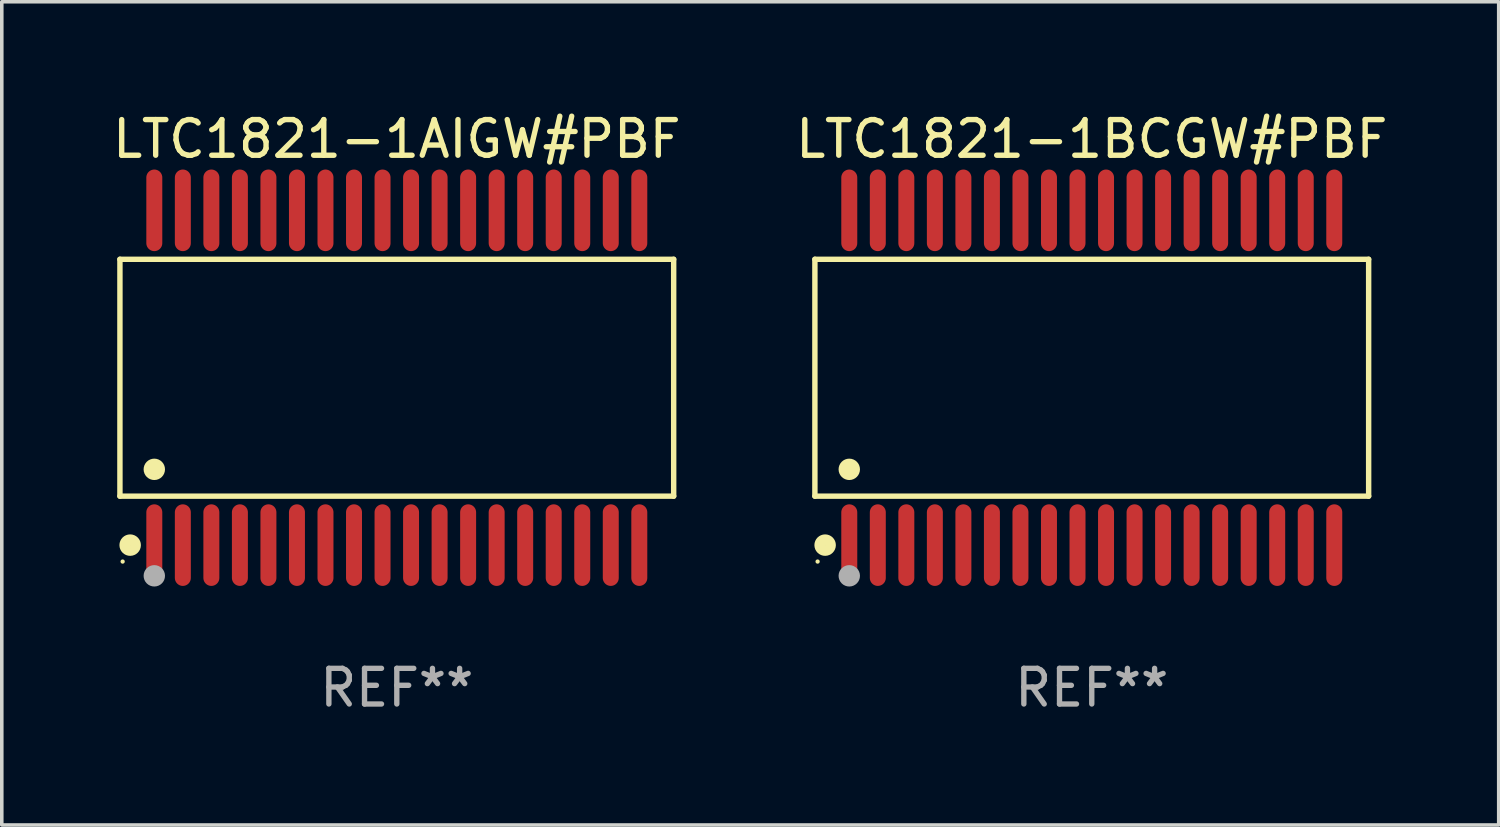
<source format=kicad_pcb>
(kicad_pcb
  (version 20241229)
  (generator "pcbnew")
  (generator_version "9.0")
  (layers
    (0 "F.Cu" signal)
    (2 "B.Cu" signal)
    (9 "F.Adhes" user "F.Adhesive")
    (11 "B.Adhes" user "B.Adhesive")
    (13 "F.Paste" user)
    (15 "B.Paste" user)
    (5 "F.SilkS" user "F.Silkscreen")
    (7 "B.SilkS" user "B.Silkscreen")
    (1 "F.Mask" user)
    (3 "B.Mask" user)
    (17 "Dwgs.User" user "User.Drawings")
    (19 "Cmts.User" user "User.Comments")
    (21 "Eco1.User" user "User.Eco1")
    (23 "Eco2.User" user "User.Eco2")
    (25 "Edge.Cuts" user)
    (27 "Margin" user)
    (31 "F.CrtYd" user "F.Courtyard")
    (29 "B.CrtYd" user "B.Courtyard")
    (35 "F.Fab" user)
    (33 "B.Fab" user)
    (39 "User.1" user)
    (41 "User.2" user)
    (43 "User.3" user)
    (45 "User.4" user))
  (footprint "LTC1821-1AIGW#PBF"
    (layer "F.Cu")
    (at 8.077 7.542)
    (property "Reference" "LTC1821-1AIGW#PBF" (at 0 -6.694 0) (layer "F.SilkS") (effects (font (size 1 1) (thickness 0.15))))
    (attr through_hole)
    (fp_line (start -7.764 -3.321) (end 7.764 -3.321) (stroke (width 0.152) (type solid)) (layer "F.SilkS"))
    (fp_line (start -7.764 3.321) (end -7.764 -3.321) (stroke (width 0.152) (type solid)) (layer "F.SilkS"))
    (fp_line (start 7.764 -3.321) (end 7.764 3.321) (stroke (width 0.152) (type solid)) (layer "F.SilkS"))
    (fp_line (start 7.764 3.321) (end -7.764 3.321) (stroke (width 0.152) (type solid)) (layer "F.SilkS"))
    (fp_circle (center -7.688 5.155) (end -7.658 5.155) (stroke (width 0.06) (type solid)) (fill no) (layer "F.SilkS"))
    (fp_circle (center -7.477 4.694) (end -7.326 4.694) (stroke (width 0.3) (type solid)) (fill no) (layer "F.SilkS"))
    (fp_circle (center -6.8 2.569) (end -6.65 2.569) (stroke (width 0.3) (type solid)) (fill no) (layer "F.SilkS"))
    (fp_circle (center -6.8 5.555) (end -6.65 5.555) (stroke (width 0.3) (type solid)) (fill no) (layer "F.Fab"))
    (fp_text user "REF**" (at 0 8.694 0) (layer "F.Fab") (effects (font (size 1 1) (thickness 0.15))))
    (pad "1" smd oval (at -6.8 4.694) (size 0.448 2.288) (layers "F.Cu" "F.Mask" "F.Paste"))
    (pad "2" smd oval (at -6 4.694) (size 0.448 2.288) (layers "F.Cu" "F.Mask" "F.Paste"))
    (pad "3" smd oval (at -5.2 4.694) (size 0.448 2.288) (layers "F.Cu" "F.Mask" "F.Paste"))
    (pad "4" smd oval (at -4.4 4.694) (size 0.448 2.288) (layers "F.Cu" "F.Mask" "F.Paste"))
    (pad "5" smd oval (at -3.6 4.694) (size 0.448 2.288) (layers "F.Cu" "F.Mask" "F.Paste"))
    (pad "6" smd oval (at -2.8 4.694) (size 0.448 2.288) (layers "F.Cu" "F.Mask" "F.Paste"))
    (pad "7" smd oval (at -2 4.694) (size 0.448 2.288) (layers "F.Cu" "F.Mask" "F.Paste"))
    (pad "8" smd oval (at -1.2 4.694) (size 0.448 2.288) (layers "F.Cu" "F.Mask" "F.Paste"))
    (pad "9" smd oval (at -0.4 4.694) (size 0.448 2.288) (layers "F.Cu" "F.Mask" "F.Paste"))
    (pad "10" smd oval (at 0.4 4.694) (size 0.448 2.288) (layers "F.Cu" "F.Mask" "F.Paste"))
    (pad "11" smd oval (at 1.2 4.694) (size 0.448 2.288) (layers "F.Cu" "F.Mask" "F.Paste"))
    (pad "12" smd oval (at 2 4.694) (size 0.448 2.288) (layers "F.Cu" "F.Mask" "F.Paste"))
    (pad "13" smd oval (at 2.8 4.694) (size 0.448 2.288) (layers "F.Cu" "F.Mask" "F.Paste"))
    (pad "14" smd oval (at 3.6 4.694) (size 0.448 2.288) (layers "F.Cu" "F.Mask" "F.Paste"))
    (pad "15" smd oval (at 4.4 4.694) (size 0.448 2.288) (layers "F.Cu" "F.Mask" "F.Paste"))
    (pad "16" smd oval (at 5.2 4.694) (size 0.448 2.288) (layers "F.Cu" "F.Mask" "F.Paste"))
    (pad "17" smd oval (at 6 4.694) (size 0.448 2.288) (layers "F.Cu" "F.Mask" "F.Paste"))
    (pad "18" smd oval (at 6.8 4.694) (size 0.448 2.288) (layers "F.Cu" "F.Mask" "F.Paste"))
    (pad "19" smd oval (at 6.8 -4.694) (size 0.448 2.288) (layers "F.Cu" "F.Mask" "F.Paste"))
    (pad "20" smd oval (at 6 -4.694) (size 0.448 2.288) (layers "F.Cu" "F.Mask" "F.Paste"))
    (pad "21" smd oval (at 5.2 -4.694) (size 0.448 2.288) (layers "F.Cu" "F.Mask" "F.Paste"))
    (pad "22" smd oval (at 4.4 -4.694) (size 0.448 2.288) (layers "F.Cu" "F.Mask" "F.Paste"))
    (pad "23" smd oval (at 3.6 -4.694) (size 0.448 2.288) (layers "F.Cu" "F.Mask" "F.Paste"))
    (pad "24" smd oval (at 2.8 -4.694) (size 0.448 2.288) (layers "F.Cu" "F.Mask" "F.Paste"))
    (pad "25" smd oval (at 2 -4.694) (size 0.448 2.288) (layers "F.Cu" "F.Mask" "F.Paste"))
    (pad "26" smd oval (at 1.2 -4.694) (size 0.448 2.288) (layers "F.Cu" "F.Mask" "F.Paste"))
    (pad "27" smd oval (at 0.4 -4.694) (size 0.448 2.288) (layers "F.Cu" "F.Mask" "F.Paste"))
    (pad "28" smd oval (at -0.4 -4.694) (size 0.448 2.288) (layers "F.Cu" "F.Mask" "F.Paste"))
    (pad "29" smd oval (at -1.2 -4.694) (size 0.448 2.288) (layers "F.Cu" "F.Mask" "F.Paste"))
    (pad "30" smd oval (at -2 -4.694) (size 0.448 2.288) (layers "F.Cu" "F.Mask" "F.Paste"))
    (pad "31" smd oval (at -2.8 -4.694) (size 0.448 2.288) (layers "F.Cu" "F.Mask" "F.Paste"))
    (pad "32" smd oval (at -3.6 -4.694) (size 0.448 2.288) (layers "F.Cu" "F.Mask" "F.Paste"))
    (pad "33" smd oval (at -4.4 -4.694) (size 0.448 2.288) (layers "F.Cu" "F.Mask" "F.Paste"))
    (pad "34" smd oval (at -5.2 -4.694) (size 0.448 2.288) (layers "F.Cu" "F.Mask" "F.Paste"))
    (pad "35" smd oval (at -6 -4.694) (size 0.448 2.288) (layers "F.Cu" "F.Mask" "F.Paste"))
    (pad "36" smd oval (at -6.8 -4.694) (size 0.448 2.288) (layers "F.Cu" "F.Mask" "F.Paste")))
  (footprint "LTC1821-1BCGW#PBF"
    (layer "F.Cu")
    (at 27.565 7.542)
    (property "Reference" "LTC1821-1BCGW#PBF" (at 0 -6.694 0) (layer "F.SilkS") (effects (font (size 1 1) (thickness 0.15))))
    (attr through_hole)
    (fp_line (start -7.764 -3.321) (end 7.764 -3.321) (stroke (width 0.152) (type solid)) (layer "F.SilkS"))
    (fp_line (start -7.764 3.321) (end -7.764 -3.321) (stroke (width 0.152) (type solid)) (layer "F.SilkS"))
    (fp_line (start 7.764 -3.321) (end 7.764 3.321) (stroke (width 0.152) (type solid)) (layer "F.SilkS"))
    (fp_line (start 7.764 3.321) (end -7.764 3.321) (stroke (width 0.152) (type solid)) (layer "F.SilkS"))
    (fp_circle (center -7.688 5.155) (end -7.658 5.155) (stroke (width 0.06) (type solid)) (fill no) (layer "F.SilkS"))
    (fp_circle (center -7.477 4.694) (end -7.326 4.694) (stroke (width 0.3) (type solid)) (fill no) (layer "F.SilkS"))
    (fp_circle (center -6.8 2.569) (end -6.65 2.569) (stroke (width 0.3) (type solid)) (fill no) (layer "F.SilkS"))
    (fp_circle (center -6.8 5.555) (end -6.65 5.555) (stroke (width 0.3) (type solid)) (fill no) (layer "F.Fab"))
    (fp_text user "REF**" (at 0 8.694 0) (layer "F.Fab") (effects (font (size 1 1) (thickness 0.15))))
    (pad "1" smd oval (at -6.8 4.694) (size 0.448 2.288) (layers "F.Cu" "F.Mask" "F.Paste"))
    (pad "2" smd oval (at -6 4.694) (size 0.448 2.288) (layers "F.Cu" "F.Mask" "F.Paste"))
    (pad "3" smd oval (at -5.2 4.694) (size 0.448 2.288) (layers "F.Cu" "F.Mask" "F.Paste"))
    (pad "4" smd oval (at -4.4 4.694) (size 0.448 2.288) (layers "F.Cu" "F.Mask" "F.Paste"))
    (pad "5" smd oval (at -3.6 4.694) (size 0.448 2.288) (layers "F.Cu" "F.Mask" "F.Paste"))
    (pad "6" smd oval (at -2.8 4.694) (size 0.448 2.288) (layers "F.Cu" "F.Mask" "F.Paste"))
    (pad "7" smd oval (at -2 4.694) (size 0.448 2.288) (layers "F.Cu" "F.Mask" "F.Paste"))
    (pad "8" smd oval (at -1.2 4.694) (size 0.448 2.288) (layers "F.Cu" "F.Mask" "F.Paste"))
    (pad "9" smd oval (at -0.4 4.694) (size 0.448 2.288) (layers "F.Cu" "F.Mask" "F.Paste"))
    (pad "10" smd oval (at 0.4 4.694) (size 0.448 2.288) (layers "F.Cu" "F.Mask" "F.Paste"))
    (pad "11" smd oval (at 1.2 4.694) (size 0.448 2.288) (layers "F.Cu" "F.Mask" "F.Paste"))
    (pad "12" smd oval (at 2 4.694) (size 0.448 2.288) (layers "F.Cu" "F.Mask" "F.Paste"))
    (pad "13" smd oval (at 2.8 4.694) (size 0.448 2.288) (layers "F.Cu" "F.Mask" "F.Paste"))
    (pad "14" smd oval (at 3.6 4.694) (size 0.448 2.288) (layers "F.Cu" "F.Mask" "F.Paste"))
    (pad "15" smd oval (at 4.4 4.694) (size 0.448 2.288) (layers "F.Cu" "F.Mask" "F.Paste"))
    (pad "16" smd oval (at 5.2 4.694) (size 0.448 2.288) (layers "F.Cu" "F.Mask" "F.Paste"))
    (pad "17" smd oval (at 6 4.694) (size 0.448 2.288) (layers "F.Cu" "F.Mask" "F.Paste"))
    (pad "18" smd oval (at 6.8 4.694) (size 0.448 2.288) (layers "F.Cu" "F.Mask" "F.Paste"))
    (pad "19" smd oval (at 6.8 -4.694) (size 0.448 2.288) (layers "F.Cu" "F.Mask" "F.Paste"))
    (pad "20" smd oval (at 6 -4.694) (size 0.448 2.288) (layers "F.Cu" "F.Mask" "F.Paste"))
    (pad "21" smd oval (at 5.2 -4.694) (size 0.448 2.288) (layers "F.Cu" "F.Mask" "F.Paste"))
    (pad "22" smd oval (at 4.4 -4.694) (size 0.448 2.288) (layers "F.Cu" "F.Mask" "F.Paste"))
    (pad "23" smd oval (at 3.6 -4.694) (size 0.448 2.288) (layers "F.Cu" "F.Mask" "F.Paste"))
    (pad "24" smd oval (at 2.8 -4.694) (size 0.448 2.288) (layers "F.Cu" "F.Mask" "F.Paste"))
    (pad "25" smd oval (at 2 -4.694) (size 0.448 2.288) (layers "F.Cu" "F.Mask" "F.Paste"))
    (pad "26" smd oval (at 1.2 -4.694) (size 0.448 2.288) (layers "F.Cu" "F.Mask" "F.Paste"))
    (pad "27" smd oval (at 0.4 -4.694) (size 0.448 2.288) (layers "F.Cu" "F.Mask" "F.Paste"))
    (pad "28" smd oval (at -0.4 -4.694) (size 0.448 2.288) (layers "F.Cu" "F.Mask" "F.Paste"))
    (pad "29" smd oval (at -1.2 -4.694) (size 0.448 2.288) (layers "F.Cu" "F.Mask" "F.Paste"))
    (pad "30" smd oval (at -2 -4.694) (size 0.448 2.288) (layers "F.Cu" "F.Mask" "F.Paste"))
    (pad "31" smd oval (at -2.8 -4.694) (size 0.448 2.288) (layers "F.Cu" "F.Mask" "F.Paste"))
    (pad "32" smd oval (at -3.6 -4.694) (size 0.448 2.288) (layers "F.Cu" "F.Mask" "F.Paste"))
    (pad "33" smd oval (at -4.4 -4.694) (size 0.448 2.288) (layers "F.Cu" "F.Mask" "F.Paste"))
    (pad "34" smd oval (at -5.2 -4.694) (size 0.448 2.288) (layers "F.Cu" "F.Mask" "F.Paste"))
    (pad "35" smd oval (at -6 -4.694) (size 0.448 2.288) (layers "F.Cu" "F.Mask" "F.Paste"))
    (pad "36" smd oval (at -6.8 -4.694) (size 0.448 2.288) (layers "F.Cu" "F.Mask" "F.Paste")))
  (gr_rect
    (start -3 -3)
    (end 38.976 20.084)
    (stroke (width 0.1) (type default))
    (fill no)
    (layer "Edge.Cuts")))
</source>
